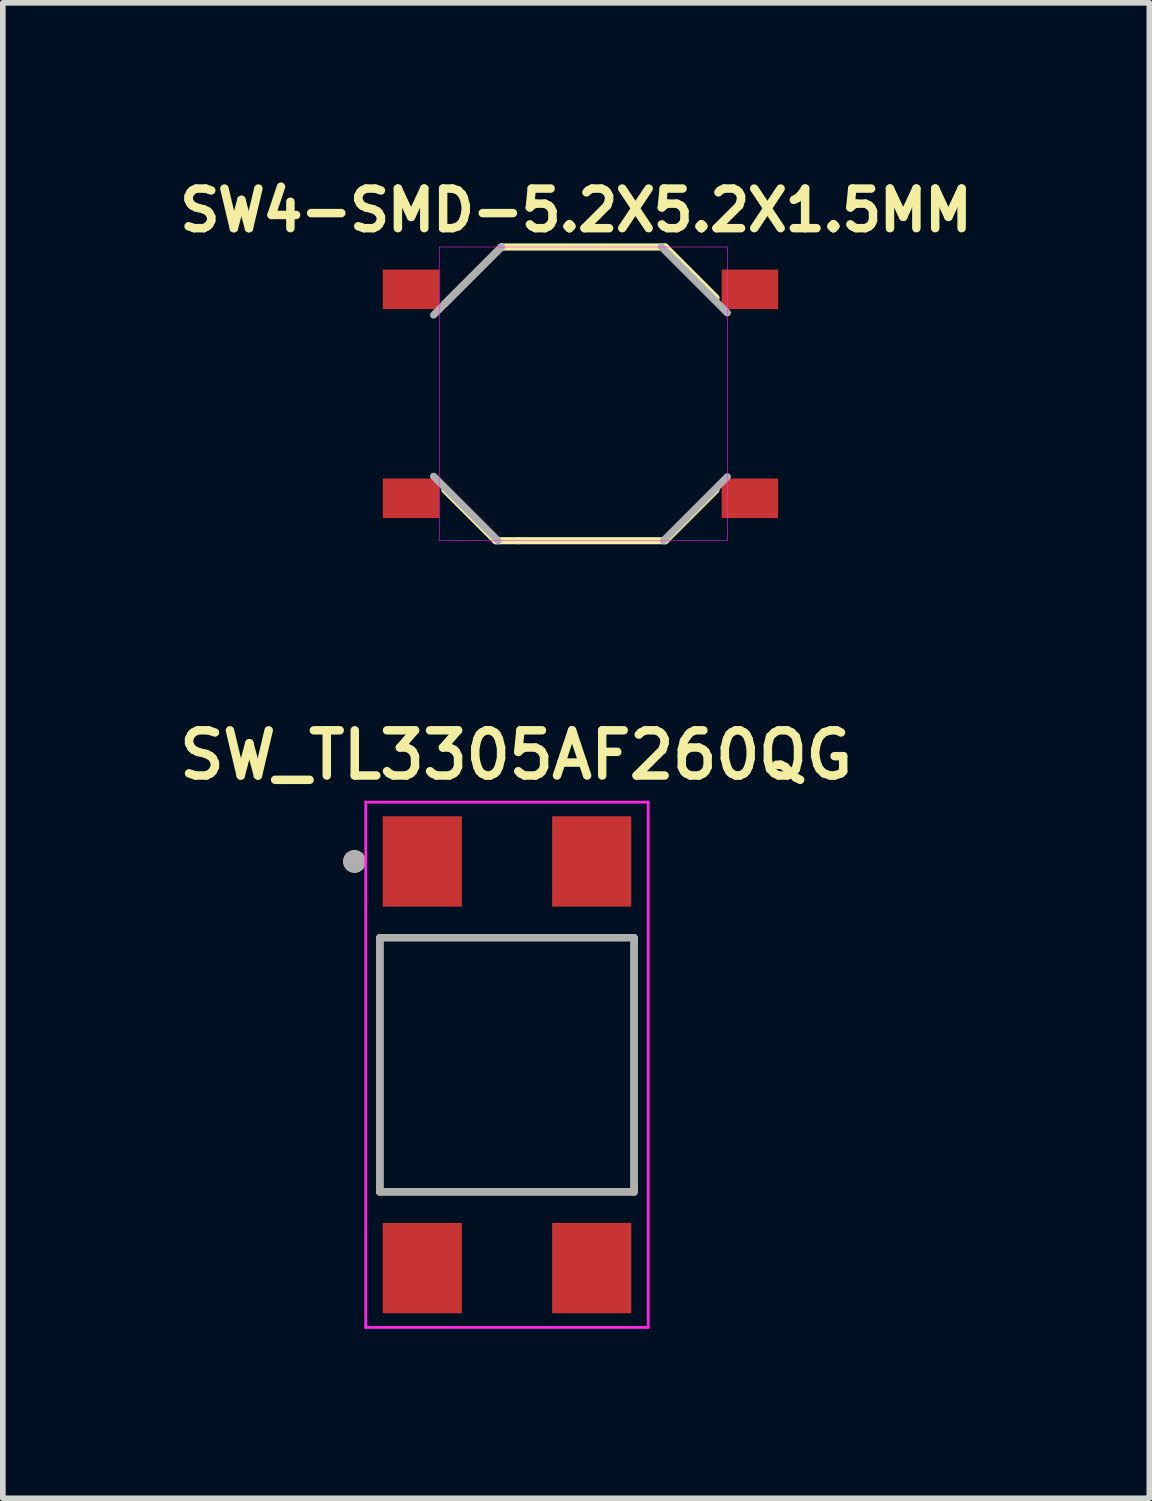
<source format=kicad_pcb>
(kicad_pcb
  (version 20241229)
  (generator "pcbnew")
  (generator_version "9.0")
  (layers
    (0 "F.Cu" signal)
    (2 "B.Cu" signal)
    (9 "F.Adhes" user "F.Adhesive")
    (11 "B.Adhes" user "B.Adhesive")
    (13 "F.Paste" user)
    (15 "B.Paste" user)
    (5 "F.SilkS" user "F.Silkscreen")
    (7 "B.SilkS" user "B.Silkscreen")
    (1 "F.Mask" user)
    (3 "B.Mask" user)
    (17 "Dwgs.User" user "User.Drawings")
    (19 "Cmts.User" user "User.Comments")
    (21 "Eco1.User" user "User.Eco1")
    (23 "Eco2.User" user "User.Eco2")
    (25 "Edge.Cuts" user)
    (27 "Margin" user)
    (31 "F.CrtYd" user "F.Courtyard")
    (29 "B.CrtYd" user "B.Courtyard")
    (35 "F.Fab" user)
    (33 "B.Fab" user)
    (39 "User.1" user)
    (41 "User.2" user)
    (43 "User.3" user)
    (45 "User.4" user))
  (footprint "SW4-SMD-5.2X5.2X1.5MM"
    (layer "F.Cu")
    (at 7.227 3.923)
    (property "Reference" "SW4-SMD-5.2X5.2X1.5MM" (at -0.078 -3.25 0) (layer "F.SilkS") (effects (font (size 0.701 0.701) (thickness 0.15))))
    (attr through_hole)
    (fp_line (start -1.5 2.6) (end -2.4 1.7) (stroke (width 0.127) (type solid)) (layer "F.SilkS"))
    (fp_line (start -1.46 2.6) (end -1.5 2.6) (stroke (width 0.127) (type solid)) (layer "F.SilkS"))
    (fp_line (start -1.4 -2.6) (end -2.4 -1.6) (stroke (width 0.127) (type solid)) (layer "F.SilkS"))
    (fp_line (start -1.4 -2.6) (end 1.5 -2.6) (stroke (width 0.127) (type solid)) (layer "F.SilkS"))
    (fp_line (start -1.1 2.6) (end -1.46 2.6) (stroke (width 0.127) (type solid)) (layer "F.SilkS"))
    (fp_line (start 1.5 -2.6) (end 2.4 -1.7) (stroke (width 0.127) (type solid)) (layer "F.SilkS"))
    (fp_line (start 1.5 2.6) (end -1.1 2.6) (stroke (width 0.127) (type solid)) (layer "F.SilkS"))
    (fp_line (start 1.5 2.6) (end 2.4 1.7) (stroke (width 0.127) (type solid)) (layer "F.SilkS"))
    (fp_poly (pts (xy -2.501 -2.6) (xy 2.6 -2.6) (xy 2.6 2.601) (xy -2.501 2.601)) (stroke (width 0.01) (type solid)) (fill no) (layer "F.CrtYd"))
    (fp_line (start -2.6 -1.396) (end -1.396 -2.6) (stroke (width 0.127) (type solid)) (layer "F.Fab"))
    (fp_line (start -1.46 2.6) (end -2.6 1.46) (stroke (width 0.127) (type solid)) (layer "F.Fab"))
    (fp_line (start 1.434 -2.6) (end 2.6 -1.434) (stroke (width 0.127) (type solid)) (layer "F.Fab"))
    (fp_line (start 2.6 1.469) (end 1.469 2.6) (stroke (width 0.127) (type solid)) (layer "F.Fab"))
    (pad "1" smd rect (at -3 -1.85) (size 1 0.7) (layers "F.Cu" "F.Mask" "F.Paste"))
    (pad "2" smd rect (at 3 -1.85) (size 1 0.7) (layers "F.Cu" "F.Mask" "F.Paste"))
    (pad "3" smd rect (at -3 1.85) (size 1 0.7) (layers "F.Cu" "F.Mask" "F.Paste"))
    (pad "4" smd rect (at 3 1.85) (size 1 0.7) (layers "F.Cu" "F.Mask" "F.Paste")))
  (footprint "SW_TL3305AF260QG"
    (layer "F.Cu")
    (at 5.926 15.802)
    (property "Reference" "SW_TL3305AF260QG" (at 0.162 -5.484 0) (layer "F.SilkS") (effects (font (size 0.8 0.8) (thickness 0.15))))
    (attr through_hole)
    (fp_line (start -2.25 -2.25) (end -2.25 2.25) (stroke (width 0.127) (type solid)) (layer "F.SilkS"))
    (fp_line (start -2.25 -2.25) (end 2.25 -2.25) (stroke (width 0.127) (type solid)) (layer "F.SilkS"))
    (fp_line (start 2.25 2.25) (end -2.25 2.25) (stroke (width 0.127) (type solid)) (layer "F.SilkS"))
    (fp_line (start 2.25 2.25) (end 2.25 -2.25) (stroke (width 0.127) (type solid)) (layer "F.SilkS"))
    (fp_circle (center -2.7 -3.6) (end -2.6 -3.6) (stroke (width 0.2) (type solid)) (fill no) (layer "F.SilkS"))
    (fp_line (start -2.5 -4.65) (end -2.5 4.65) (stroke (width 0.05) (type solid)) (layer "F.CrtYd"))
    (fp_line (start -2.5 -4.65) (end 2.5 -4.65) (stroke (width 0.05) (type solid)) (layer "F.CrtYd"))
    (fp_line (start 2.5 4.65) (end -2.5 4.65) (stroke (width 0.05) (type solid)) (layer "F.CrtYd"))
    (fp_line (start 2.5 4.65) (end 2.5 -4.65) (stroke (width 0.05) (type solid)) (layer "F.CrtYd"))
    (fp_line (start -2.25 -2.25) (end -2.25 2.25) (stroke (width 0.127) (type solid)) (layer "F.Fab"))
    (fp_line (start -2.25 -2.25) (end 2.25 -2.25) (stroke (width 0.127) (type solid)) (layer "F.Fab"))
    (fp_line (start 2.25 2.25) (end -2.25 2.25) (stroke (width 0.127) (type solid)) (layer "F.Fab"))
    (fp_line (start 2.25 2.25) (end 2.25 -2.25) (stroke (width 0.127) (type solid)) (layer "F.Fab"))
    (fp_circle (center -2.7 -3.6) (end -2.6 -3.6) (stroke (width 0.2) (type solid)) (fill no) (layer "F.Fab"))
    (pad "1" smd rect (at -1.5 -3.6) (size 1.4 1.6) (layers "F.Cu" "F.Mask" "F.Paste"))
    (pad "2" smd rect (at -1.5 3.6) (size 1.4 1.6) (layers "F.Cu" "F.Mask" "F.Paste"))
    (pad "3" smd rect (at 1.5 -3.6) (size 1.4 1.6) (layers "F.Cu" "F.Mask" "F.Paste"))
    (pad "4" smd rect (at 1.5 3.6) (size 1.4 1.6) (layers "F.Cu" "F.Mask" "F.Paste")))
  (gr_rect
    (start -3 -3)
    (end 17.299 23.477)
    (stroke (width 0.1) (type default))
    (fill no)
    (layer "Edge.Cuts")))
</source>
